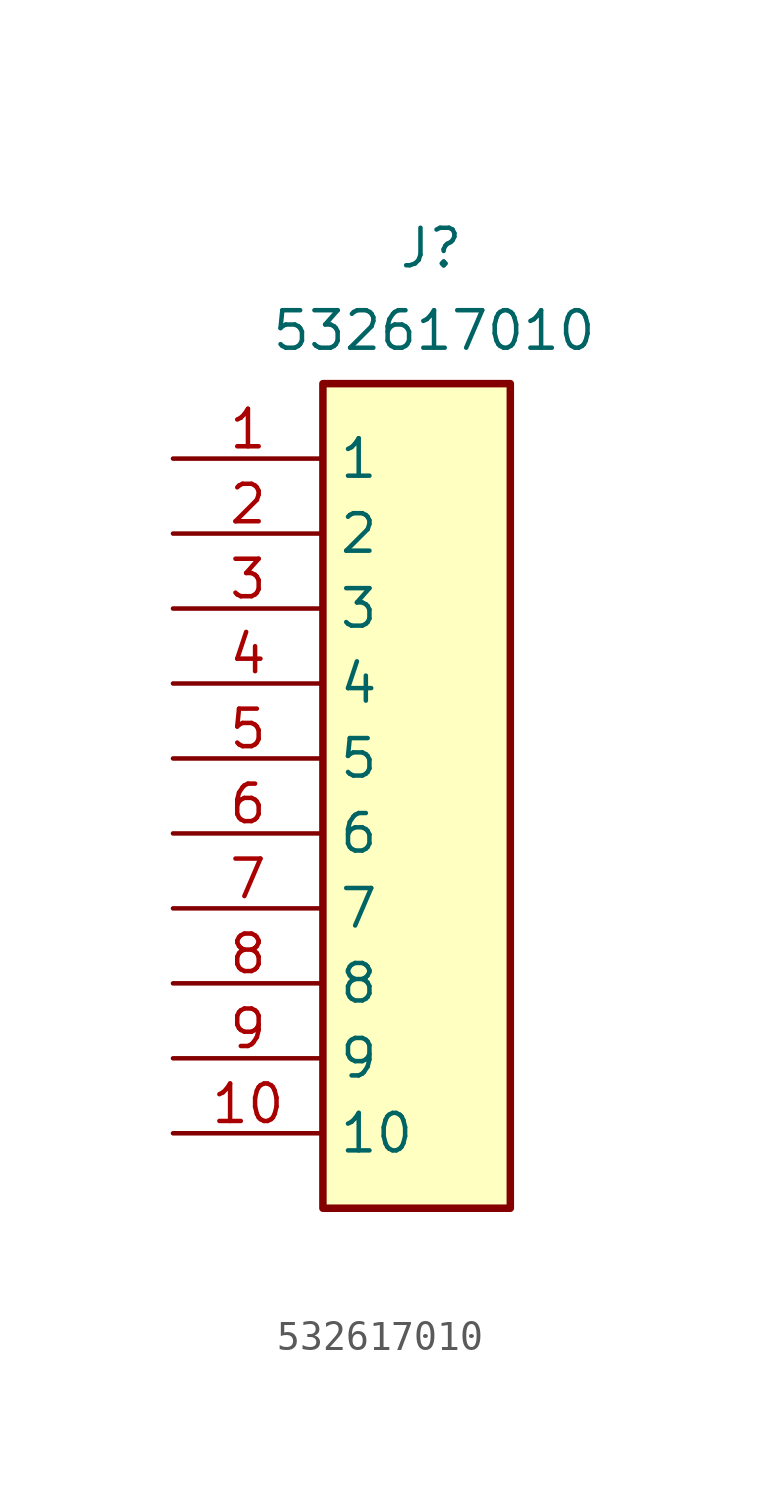
<source format=kicad_sym>
(kicad_symbol_lib
  (version 20241209)
  (generator "kicad_symbol_editor")
  (generator_version "9.0")
  (symbol "532617010"
    (property "Reference" "J"
      (at 7.62 7.874 0)
      (effects (font (size 1.27 1.27)) (justify left top)))
    (property "Value" "532617010"
      (at 3.302 5.08 0)
      (effects (font (size 1.27 1.27)) (justify left top)))
    (symbol "532617010_1_1"
      (rectangle (start 5.08 2.54) (end 11.43 -25.4) (stroke (width 0.254) (type default)) (fill (type background)))
      (pin passive line (at 0 0 0) (length 5.08) (name "1" (effects (font (size 1.27 1.27)))) (number "1" (effects (font (size 1.27 1.27)))))
      (pin passive line (at 0 -2.54 0) (length 5.08) (name "2" (effects (font (size 1.27 1.27)))) (number "2" (effects (font (size 1.27 1.27)))))
      (pin passive line (at 0 -5.08 0) (length 5.08) (name "3" (effects (font (size 1.27 1.27)))) (number "3" (effects (font (size 1.27 1.27)))))
      (pin passive line (at 0 -7.62 0) (length 5.08) (name "4" (effects (font (size 1.27 1.27)))) (number "4" (effects (font (size 1.27 1.27)))))
      (pin passive line (at 0 -10.16 0) (length 5.08) (name "5" (effects (font (size 1.27 1.27)))) (number "5" (effects (font (size 1.27 1.27)))))
      (pin passive line (at 0 -12.7 0) (length 5.08) (name "6" (effects (font (size 1.27 1.27)))) (number "6" (effects (font (size 1.27 1.27)))))
      (pin passive line (at 0 -15.24 0) (length 5.08) (name "7" (effects (font (size 1.27 1.27)))) (number "7" (effects (font (size 1.27 1.27)))))
      (pin passive line (at 0 -17.78 0) (length 5.08) (name "8" (effects (font (size 1.27 1.27)))) (number "8" (effects (font (size 1.27 1.27)))))
      (pin passive line (at 0 -20.32 0) (length 5.08) (name "9" (effects (font (size 1.27 1.27)))) (number "9" (effects (font (size 1.27 1.27)))))
      (pin passive line (at 0 -22.86 0) (length 5.08) (name "10" (effects (font (size 1.27 1.27)))) (number "10" (effects (font (size 1.27 1.27))))))))
</source>
